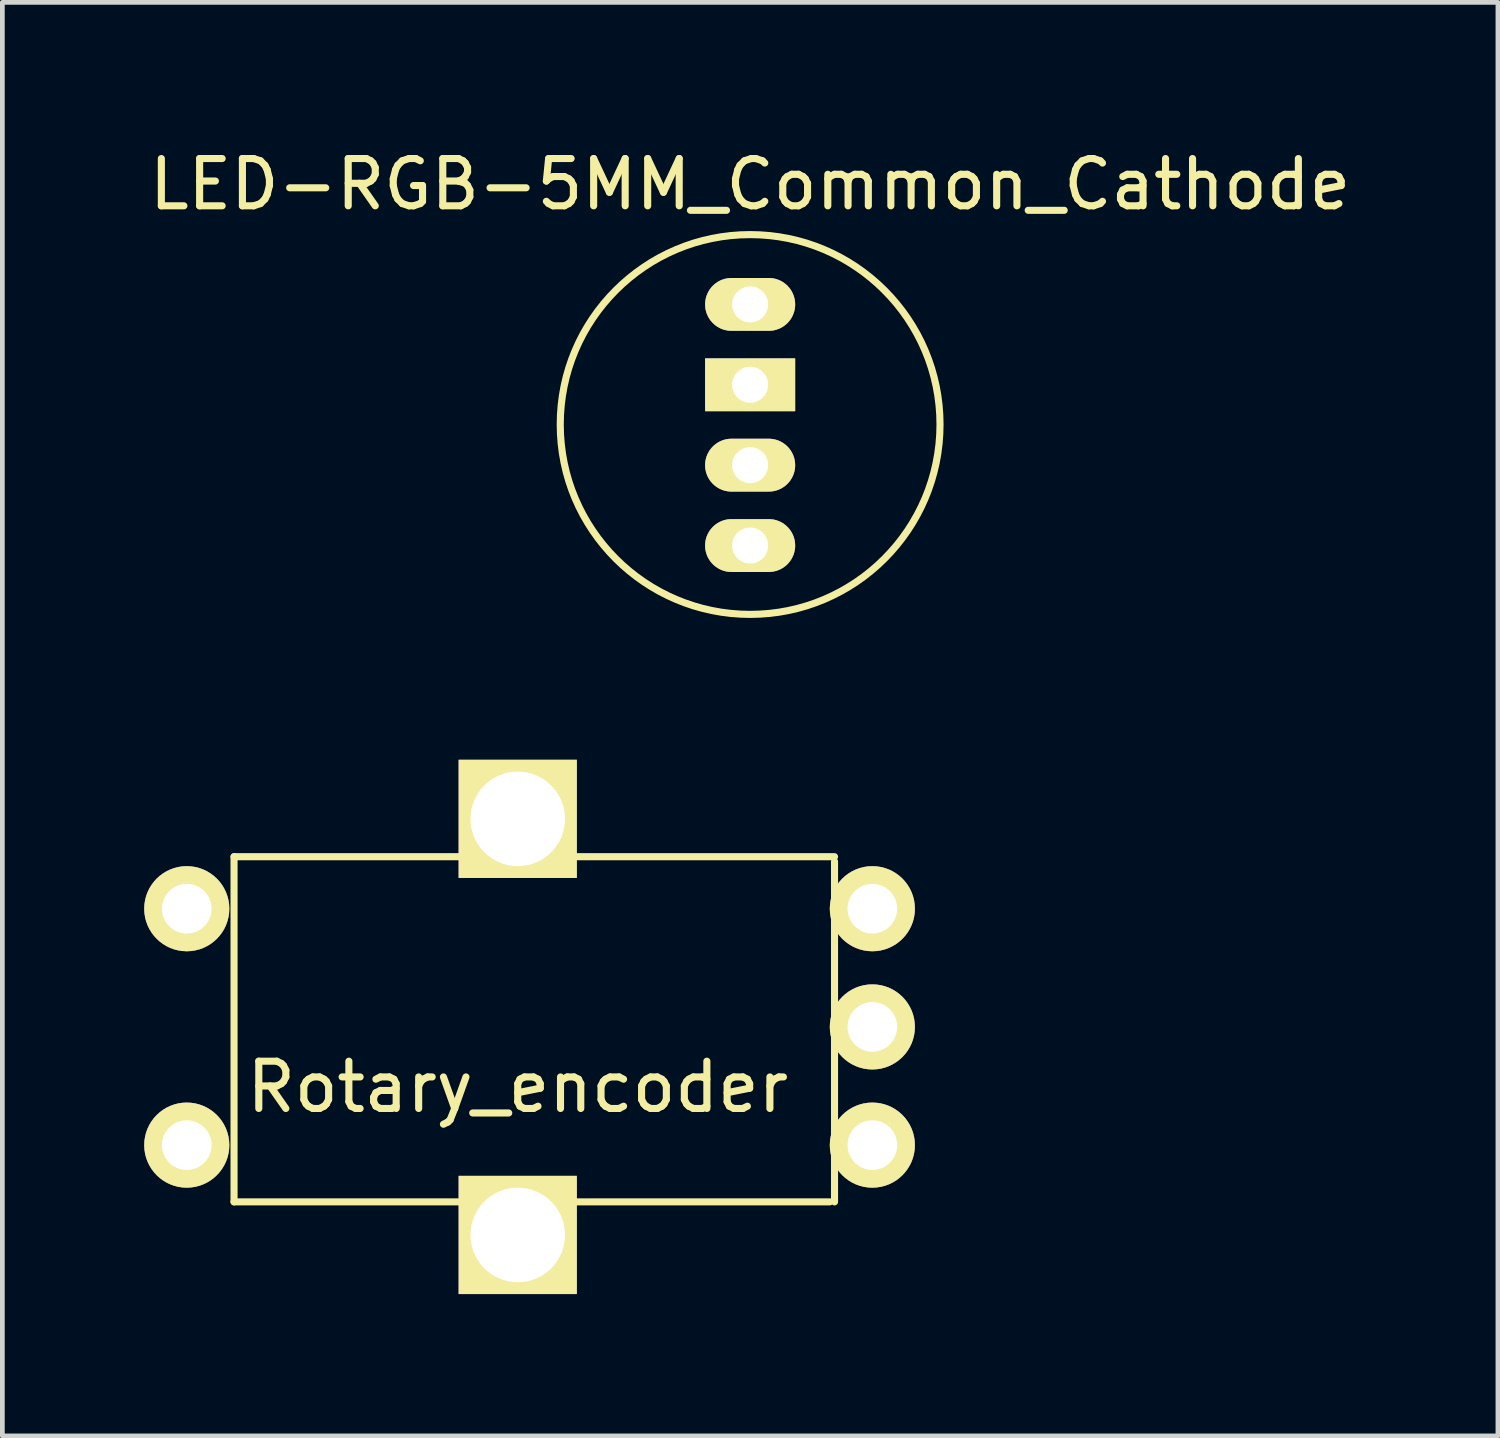
<source format=kicad_pcb>
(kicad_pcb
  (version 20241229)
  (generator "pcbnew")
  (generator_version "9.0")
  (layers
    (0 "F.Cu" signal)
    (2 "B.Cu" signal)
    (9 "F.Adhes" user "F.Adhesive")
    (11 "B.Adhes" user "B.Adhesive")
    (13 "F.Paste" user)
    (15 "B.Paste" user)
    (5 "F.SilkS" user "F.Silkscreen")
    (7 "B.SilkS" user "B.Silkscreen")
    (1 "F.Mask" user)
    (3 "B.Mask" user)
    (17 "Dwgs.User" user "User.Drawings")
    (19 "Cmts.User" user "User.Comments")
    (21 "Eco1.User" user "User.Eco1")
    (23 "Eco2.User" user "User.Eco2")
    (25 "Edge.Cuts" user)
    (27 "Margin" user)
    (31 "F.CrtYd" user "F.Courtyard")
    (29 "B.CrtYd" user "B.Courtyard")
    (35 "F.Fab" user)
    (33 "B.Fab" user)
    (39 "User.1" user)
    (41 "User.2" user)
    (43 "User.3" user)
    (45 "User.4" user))
  (footprint "Rotary_encoder"
    (layer "F.Cu")
    (at 7.9 18.669)
    (property "Reference" "Rotary_encoder" (at 0 1.27 0) (layer "F.SilkS") (effects (font (size 1 1) (thickness 0.15))))
    (attr through_hole)
    (fp_line (start -6 -3.6) (end -6 3.7) (stroke (width 0.15) (type solid)) (layer "F.SilkS"))
    (fp_line (start -6 -3.6) (end 6.7 -3.6) (stroke (width 0.15) (type solid)) (layer "F.SilkS"))
    (fp_line (start -6 3.7) (end 6.6 3.7) (stroke (width 0.15) (type solid)) (layer "F.SilkS"))
    (fp_line (start 6.7 3.7) (end 6.7 -3.5) (stroke (width 0.15) (type solid)) (layer "F.SilkS"))
    (pad "1" thru_hole circle (at -7 -2.5) (size 1.8 1.8) (drill 1.05) (layers "*.Cu" "*.Mask" "F.SilkS"))
    (pad "2" thru_hole circle (at -7 2.5) (size 1.8 1.8) (drill 1.05) (layers "*.Cu" "*.Mask" "F.SilkS"))
    (pad "3" thru_hole circle (at 7.5 0) (size 1.8 1.8) (drill 1.05) (layers "*.Cu" "*.Mask" "F.SilkS"))
    (pad "4" thru_hole circle (at 7.5 -2.5) (size 1.8 1.8) (drill 1.05) (layers "*.Cu" "*.Mask" "F.SilkS"))
    (pad "5" thru_hole circle (at 7.5 2.5) (size 1.8 1.8) (drill 1.05) (layers "*.Cu" "*.Mask" "F.SilkS"))
    (pad "7" thru_hole rect (at 0 -4.4) (size 2.5 2.5) (drill 2) (layers "*.Cu" "*.Mask" "F.SilkS"))
    (pad "8" thru_hole rect (at 0 4.4) (size 2.5 2.5) (drill 2) (layers "*.Cu" "*.Mask" "F.SilkS")))
  (footprint "LED-RGB-5MM_Common_Cathode"
    (layer "F.Cu")
    (at 12.815 3.388)
    (property "Reference" "LED-RGB-5MM_Common_Cathode" (at 0 -2.54 0) (layer "F.SilkS") (effects (font (size 1 1) (thickness 0.15))))
    (attr through_hole)
    (fp_circle (center 0 2.54) (end 3.81 1.27) (stroke (width 0.15) (type solid)) (fill no) (layer "F.SilkS"))
    (pad "1" thru_hole oval (at 0 0) (size 1.905 1.118) (drill 0.762) (layers "*.Cu" "*.Mask" "F.SilkS"))
    (pad "2" thru_hole rect (at 0 1.7) (size 1.905 1.118) (drill 0.762) (layers "*.Cu" "*.Mask" "F.SilkS"))
    (pad "3" thru_hole oval (at 0 3.4) (size 1.905 1.118) (drill 0.762) (layers "*.Cu" "*.Mask" "F.SilkS"))
    (pad "4" thru_hole oval (at 0 5.1) (size 1.905 1.118) (drill 0.762) (layers "*.Cu" "*.Mask" "F.SilkS")))
  (gr_rect
    (start -3 -3)
    (end 28.631 27.319)
    (stroke (width 0.1) (type default))
    (fill no)
    (layer "Edge.Cuts")))
</source>
